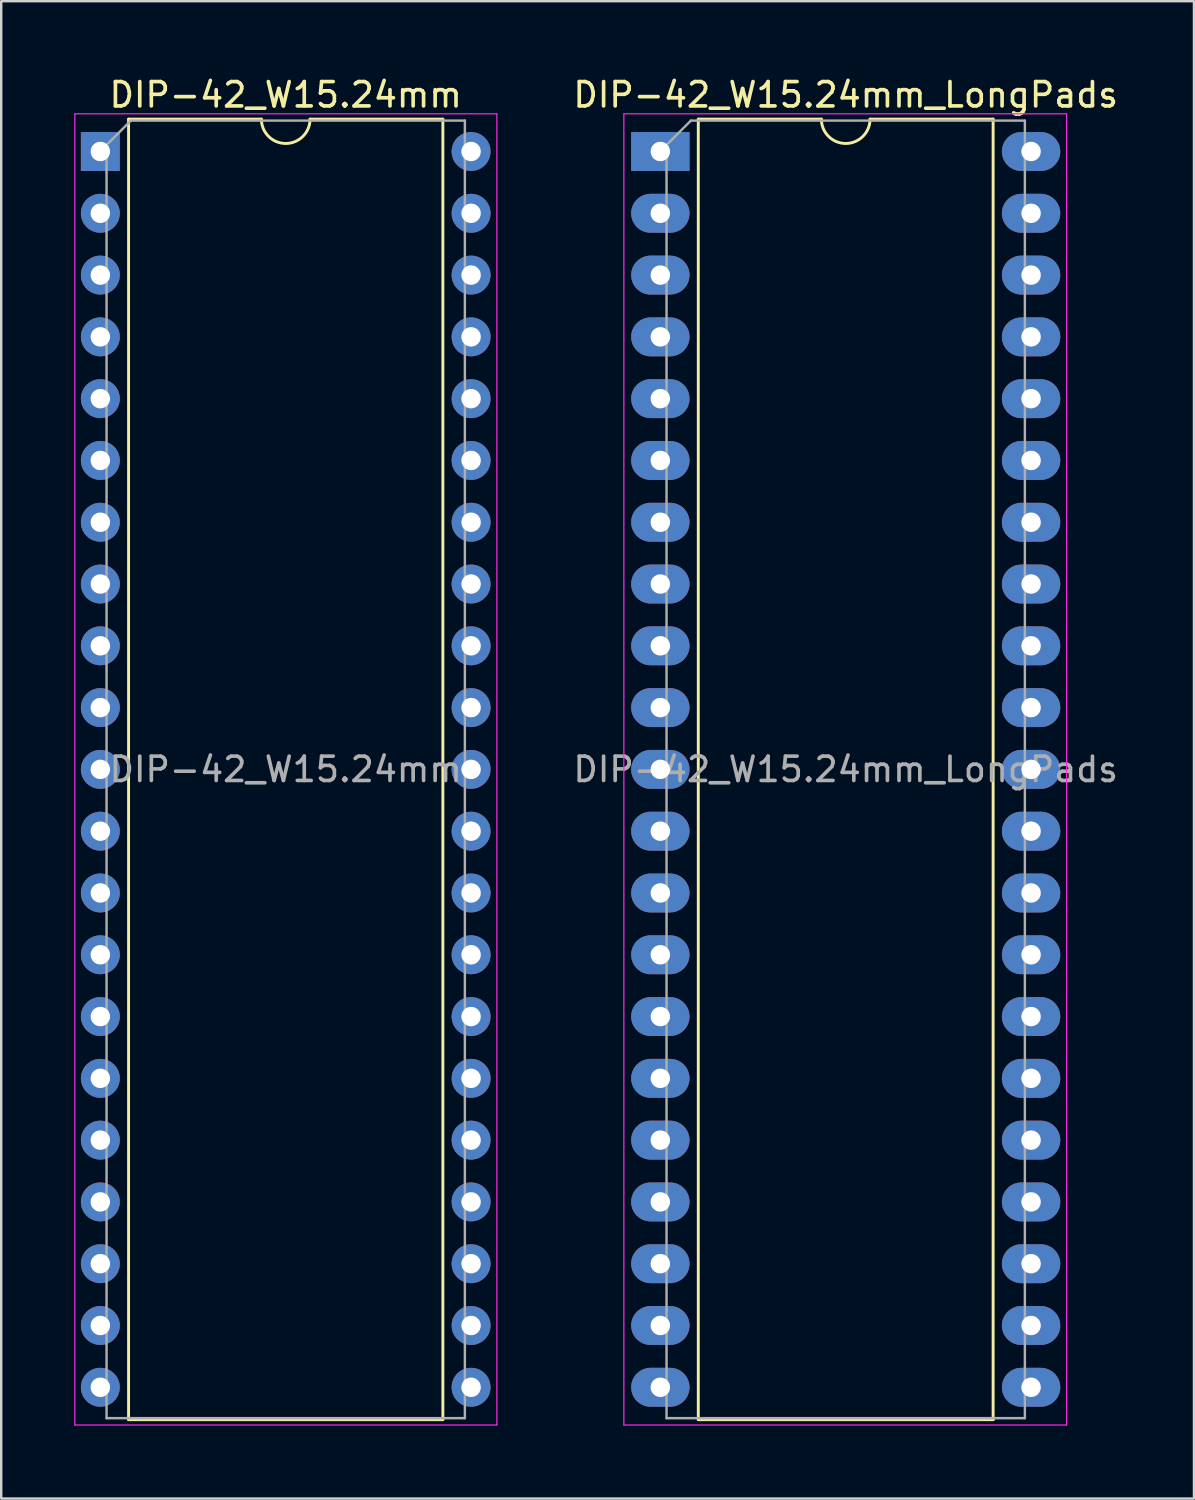
<source format=kicad_pcb>
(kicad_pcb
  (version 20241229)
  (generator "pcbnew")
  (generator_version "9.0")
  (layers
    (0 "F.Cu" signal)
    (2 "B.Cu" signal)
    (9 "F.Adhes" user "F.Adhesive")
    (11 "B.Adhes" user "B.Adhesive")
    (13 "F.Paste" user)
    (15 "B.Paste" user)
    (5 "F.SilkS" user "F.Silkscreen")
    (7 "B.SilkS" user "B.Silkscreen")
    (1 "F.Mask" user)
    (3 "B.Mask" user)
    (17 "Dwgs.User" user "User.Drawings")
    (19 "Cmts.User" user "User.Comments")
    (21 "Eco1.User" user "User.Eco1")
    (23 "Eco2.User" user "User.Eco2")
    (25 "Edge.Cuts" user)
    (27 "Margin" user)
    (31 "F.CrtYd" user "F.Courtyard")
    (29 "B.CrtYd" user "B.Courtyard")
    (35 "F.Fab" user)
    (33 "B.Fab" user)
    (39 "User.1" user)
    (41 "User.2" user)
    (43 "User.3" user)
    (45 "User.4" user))
  (footprint "DIP-42_W15.24mm"
    (layer "F.Cu")
    (at 1.075 3.178)
    (property "Reference" "DIP-42_W15.24mm" (at 7.62 -2.33 0) (layer "F.SilkS") (effects (font (size 1 1) (thickness 0.15))))
    (attr through_hole)
    (fp_line (start 1.16 -1.33) (end 1.16 52.13) (stroke (width 0.12) (type solid)) (layer "F.SilkS"))
    (fp_line (start 1.16 52.13) (end 14.08 52.13) (stroke (width 0.12) (type solid)) (layer "F.SilkS"))
    (fp_line (start 6.62 -1.33) (end 1.16 -1.33) (stroke (width 0.12) (type solid)) (layer "F.SilkS"))
    (fp_line (start 14.08 -1.33) (end 8.62 -1.33) (stroke (width 0.12) (type solid)) (layer "F.SilkS"))
    (fp_line (start 14.08 52.13) (end 14.08 -1.33) (stroke (width 0.12) (type solid)) (layer "F.SilkS"))
    (fp_arc (start 8.62 -1.33) (mid 7.62 -0.33) (end 6.62 -1.33) (stroke (width 0.12) (type solid)) (layer "F.SilkS"))
    (fp_line (start -1.05 -1.55) (end -1.05 52.35) (stroke (width 0.05) (type solid)) (layer "F.CrtYd"))
    (fp_line (start -1.05 52.35) (end 16.3 52.35) (stroke (width 0.05) (type solid)) (layer "F.CrtYd"))
    (fp_line (start 16.3 -1.55) (end -1.05 -1.55) (stroke (width 0.05) (type solid)) (layer "F.CrtYd"))
    (fp_line (start 16.3 52.35) (end 16.3 -1.55) (stroke (width 0.05) (type solid)) (layer "F.CrtYd"))
    (fp_line (start 0.255 -0.27) (end 1.255 -1.27) (stroke (width 0.1) (type solid)) (layer "F.Fab"))
    (fp_line (start 0.255 52.07) (end 0.255 -0.27) (stroke (width 0.1) (type solid)) (layer "F.Fab"))
    (fp_line (start 1.255 -1.27) (end 14.985 -1.27) (stroke (width 0.1) (type solid)) (layer "F.Fab"))
    (fp_line (start 14.985 -1.27) (end 14.985 52.07) (stroke (width 0.1) (type solid)) (layer "F.Fab"))
    (fp_line (start 14.985 52.07) (end 0.255 52.07) (stroke (width 0.1) (type solid)) (layer "F.Fab"))
    (fp_text user "${REFERENCE}" (at 7.62 25.4 0) (layer "F.Fab") (effects (font (size 1 1) (thickness 0.15))))
    (pad "1" thru_hole rect (at 0 0) (size 1.6 1.6) (drill 0.8) (layers "*.Cu" "*.Mask"))
    (pad "2" thru_hole oval (at 0 2.54) (size 1.6 1.6) (drill 0.8) (layers "*.Cu" "*.Mask"))
    (pad "3" thru_hole oval (at 0 5.08) (size 1.6 1.6) (drill 0.8) (layers "*.Cu" "*.Mask"))
    (pad "4" thru_hole oval (at 0 7.62) (size 1.6 1.6) (drill 0.8) (layers "*.Cu" "*.Mask"))
    (pad "5" thru_hole oval (at 0 10.16) (size 1.6 1.6) (drill 0.8) (layers "*.Cu" "*.Mask"))
    (pad "6" thru_hole oval (at 0 12.7) (size 1.6 1.6) (drill 0.8) (layers "*.Cu" "*.Mask"))
    (pad "7" thru_hole oval (at 0 15.24) (size 1.6 1.6) (drill 0.8) (layers "*.Cu" "*.Mask"))
    (pad "8" thru_hole oval (at 0 17.78) (size 1.6 1.6) (drill 0.8) (layers "*.Cu" "*.Mask"))
    (pad "9" thru_hole oval (at 0 20.32) (size 1.6 1.6) (drill 0.8) (layers "*.Cu" "*.Mask"))
    (pad "10" thru_hole oval (at 0 22.86) (size 1.6 1.6) (drill 0.8) (layers "*.Cu" "*.Mask"))
    (pad "11" thru_hole oval (at 0 25.4) (size 1.6 1.6) (drill 0.8) (layers "*.Cu" "*.Mask"))
    (pad "12" thru_hole oval (at 0 27.94) (size 1.6 1.6) (drill 0.8) (layers "*.Cu" "*.Mask"))
    (pad "13" thru_hole oval (at 0 30.48) (size 1.6 1.6) (drill 0.8) (layers "*.Cu" "*.Mask"))
    (pad "14" thru_hole oval (at 0 33.02) (size 1.6 1.6) (drill 0.8) (layers "*.Cu" "*.Mask"))
    (pad "15" thru_hole oval (at 0 35.56) (size 1.6 1.6) (drill 0.8) (layers "*.Cu" "*.Mask"))
    (pad "16" thru_hole oval (at 0 38.1) (size 1.6 1.6) (drill 0.8) (layers "*.Cu" "*.Mask"))
    (pad "17" thru_hole oval (at 0 40.64) (size 1.6 1.6) (drill 0.8) (layers "*.Cu" "*.Mask"))
    (pad "18" thru_hole oval (at 0 43.18) (size 1.6 1.6) (drill 0.8) (layers "*.Cu" "*.Mask"))
    (pad "19" thru_hole oval (at 0 45.72) (size 1.6 1.6) (drill 0.8) (layers "*.Cu" "*.Mask"))
    (pad "20" thru_hole oval (at 0 48.26) (size 1.6 1.6) (drill 0.8) (layers "*.Cu" "*.Mask"))
    (pad "21" thru_hole oval (at 0 50.8) (size 1.6 1.6) (drill 0.8) (layers "*.Cu" "*.Mask"))
    (pad "22" thru_hole oval (at 15.24 50.8) (size 1.6 1.6) (drill 0.8) (layers "*.Cu" "*.Mask"))
    (pad "23" thru_hole oval (at 15.24 48.26) (size 1.6 1.6) (drill 0.8) (layers "*.Cu" "*.Mask"))
    (pad "24" thru_hole oval (at 15.24 45.72) (size 1.6 1.6) (drill 0.8) (layers "*.Cu" "*.Mask"))
    (pad "25" thru_hole oval (at 15.24 43.18) (size 1.6 1.6) (drill 0.8) (layers "*.Cu" "*.Mask"))
    (pad "26" thru_hole oval (at 15.24 40.64) (size 1.6 1.6) (drill 0.8) (layers "*.Cu" "*.Mask"))
    (pad "27" thru_hole oval (at 15.24 38.1) (size 1.6 1.6) (drill 0.8) (layers "*.Cu" "*.Mask"))
    (pad "28" thru_hole oval (at 15.24 35.56) (size 1.6 1.6) (drill 0.8) (layers "*.Cu" "*.Mask"))
    (pad "29" thru_hole oval (at 15.24 33.02) (size 1.6 1.6) (drill 0.8) (layers "*.Cu" "*.Mask"))
    (pad "30" thru_hole oval (at 15.24 30.48) (size 1.6 1.6) (drill 0.8) (layers "*.Cu" "*.Mask"))
    (pad "31" thru_hole oval (at 15.24 27.94) (size 1.6 1.6) (drill 0.8) (layers "*.Cu" "*.Mask"))
    (pad "32" thru_hole oval (at 15.24 25.4) (size 1.6 1.6) (drill 0.8) (layers "*.Cu" "*.Mask"))
    (pad "33" thru_hole oval (at 15.24 22.86) (size 1.6 1.6) (drill 0.8) (layers "*.Cu" "*.Mask"))
    (pad "34" thru_hole oval (at 15.24 20.32) (size 1.6 1.6) (drill 0.8) (layers "*.Cu" "*.Mask"))
    (pad "35" thru_hole oval (at 15.24 17.78) (size 1.6 1.6) (drill 0.8) (layers "*.Cu" "*.Mask"))
    (pad "36" thru_hole oval (at 15.24 15.24) (size 1.6 1.6) (drill 0.8) (layers "*.Cu" "*.Mask"))
    (pad "37" thru_hole oval (at 15.24 12.7) (size 1.6 1.6) (drill 0.8) (layers "*.Cu" "*.Mask"))
    (pad "38" thru_hole oval (at 15.24 10.16) (size 1.6 1.6) (drill 0.8) (layers "*.Cu" "*.Mask"))
    (pad "39" thru_hole oval (at 15.24 7.62) (size 1.6 1.6) (drill 0.8) (layers "*.Cu" "*.Mask"))
    (pad "40" thru_hole oval (at 15.24 5.08) (size 1.6 1.6) (drill 0.8) (layers "*.Cu" "*.Mask"))
    (pad "41" thru_hole oval (at 15.24 2.54) (size 1.6 1.6) (drill 0.8) (layers "*.Cu" "*.Mask"))
    (pad "42" thru_hole oval (at 15.24 0) (size 1.6 1.6) (drill 0.8) (layers "*.Cu" "*.Mask")))
  (footprint "DIP-42_W15.24mm_LongPads"
    (layer "F.Cu")
    (at 24.095 3.178)
    (property "Reference" "DIP-42_W15.24mm_LongPads" (at 7.62 -2.33 0) (layer "F.SilkS") (effects (font (size 1 1) (thickness 0.15))))
    (attr through_hole)
    (fp_line (start 1.56 -1.33) (end 1.56 52.13) (stroke (width 0.12) (type solid)) (layer "F.SilkS"))
    (fp_line (start 1.56 52.13) (end 13.68 52.13) (stroke (width 0.12) (type solid)) (layer "F.SilkS"))
    (fp_line (start 6.62 -1.33) (end 1.56 -1.33) (stroke (width 0.12) (type solid)) (layer "F.SilkS"))
    (fp_line (start 13.68 -1.33) (end 8.62 -1.33) (stroke (width 0.12) (type solid)) (layer "F.SilkS"))
    (fp_line (start 13.68 52.13) (end 13.68 -1.33) (stroke (width 0.12) (type solid)) (layer "F.SilkS"))
    (fp_arc (start 8.62 -1.33) (mid 7.62 -0.33) (end 6.62 -1.33) (stroke (width 0.12) (type solid)) (layer "F.SilkS"))
    (fp_line (start -1.5 -1.55) (end -1.5 52.35) (stroke (width 0.05) (type solid)) (layer "F.CrtYd"))
    (fp_line (start -1.5 52.35) (end 16.7 52.35) (stroke (width 0.05) (type solid)) (layer "F.CrtYd"))
    (fp_line (start 16.7 -1.55) (end -1.5 -1.55) (stroke (width 0.05) (type solid)) (layer "F.CrtYd"))
    (fp_line (start 16.7 52.35) (end 16.7 -1.55) (stroke (width 0.05) (type solid)) (layer "F.CrtYd"))
    (fp_line (start 0.255 -0.27) (end 1.255 -1.27) (stroke (width 0.1) (type solid)) (layer "F.Fab"))
    (fp_line (start 0.255 52.07) (end 0.255 -0.27) (stroke (width 0.1) (type solid)) (layer "F.Fab"))
    (fp_line (start 1.255 -1.27) (end 14.985 -1.27) (stroke (width 0.1) (type solid)) (layer "F.Fab"))
    (fp_line (start 14.985 -1.27) (end 14.985 52.07) (stroke (width 0.1) (type solid)) (layer "F.Fab"))
    (fp_line (start 14.985 52.07) (end 0.255 52.07) (stroke (width 0.1) (type solid)) (layer "F.Fab"))
    (fp_text user "${REFERENCE}" (at 7.62 25.4 0) (layer "F.Fab") (effects (font (size 1 1) (thickness 0.15))))
    (pad "1" thru_hole rect (at 0 0) (size 2.4 1.6) (drill 0.8) (layers "*.Cu" "*.Mask"))
    (pad "2" thru_hole oval (at 0 2.54) (size 2.4 1.6) (drill 0.8) (layers "*.Cu" "*.Mask"))
    (pad "3" thru_hole oval (at 0 5.08) (size 2.4 1.6) (drill 0.8) (layers "*.Cu" "*.Mask"))
    (pad "4" thru_hole oval (at 0 7.62) (size 2.4 1.6) (drill 0.8) (layers "*.Cu" "*.Mask"))
    (pad "5" thru_hole oval (at 0 10.16) (size 2.4 1.6) (drill 0.8) (layers "*.Cu" "*.Mask"))
    (pad "6" thru_hole oval (at 0 12.7) (size 2.4 1.6) (drill 0.8) (layers "*.Cu" "*.Mask"))
    (pad "7" thru_hole oval (at 0 15.24) (size 2.4 1.6) (drill 0.8) (layers "*.Cu" "*.Mask"))
    (pad "8" thru_hole oval (at 0 17.78) (size 2.4 1.6) (drill 0.8) (layers "*.Cu" "*.Mask"))
    (pad "9" thru_hole oval (at 0 20.32) (size 2.4 1.6) (drill 0.8) (layers "*.Cu" "*.Mask"))
    (pad "10" thru_hole oval (at 0 22.86) (size 2.4 1.6) (drill 0.8) (layers "*.Cu" "*.Mask"))
    (pad "11" thru_hole oval (at 0 25.4) (size 2.4 1.6) (drill 0.8) (layers "*.Cu" "*.Mask"))
    (pad "12" thru_hole oval (at 0 27.94) (size 2.4 1.6) (drill 0.8) (layers "*.Cu" "*.Mask"))
    (pad "13" thru_hole oval (at 0 30.48) (size 2.4 1.6) (drill 0.8) (layers "*.Cu" "*.Mask"))
    (pad "14" thru_hole oval (at 0 33.02) (size 2.4 1.6) (drill 0.8) (layers "*.Cu" "*.Mask"))
    (pad "15" thru_hole oval (at 0 35.56) (size 2.4 1.6) (drill 0.8) (layers "*.Cu" "*.Mask"))
    (pad "16" thru_hole oval (at 0 38.1) (size 2.4 1.6) (drill 0.8) (layers "*.Cu" "*.Mask"))
    (pad "17" thru_hole oval (at 0 40.64) (size 2.4 1.6) (drill 0.8) (layers "*.Cu" "*.Mask"))
    (pad "18" thru_hole oval (at 0 43.18) (size 2.4 1.6) (drill 0.8) (layers "*.Cu" "*.Mask"))
    (pad "19" thru_hole oval (at 0 45.72) (size 2.4 1.6) (drill 0.8) (layers "*.Cu" "*.Mask"))
    (pad "20" thru_hole oval (at 0 48.26) (size 2.4 1.6) (drill 0.8) (layers "*.Cu" "*.Mask"))
    (pad "21" thru_hole oval (at 0 50.8) (size 2.4 1.6) (drill 0.8) (layers "*.Cu" "*.Mask"))
    (pad "22" thru_hole oval (at 15.24 50.8) (size 2.4 1.6) (drill 0.8) (layers "*.Cu" "*.Mask"))
    (pad "23" thru_hole oval (at 15.24 48.26) (size 2.4 1.6) (drill 0.8) (layers "*.Cu" "*.Mask"))
    (pad "24" thru_hole oval (at 15.24 45.72) (size 2.4 1.6) (drill 0.8) (layers "*.Cu" "*.Mask"))
    (pad "25" thru_hole oval (at 15.24 43.18) (size 2.4 1.6) (drill 0.8) (layers "*.Cu" "*.Mask"))
    (pad "26" thru_hole oval (at 15.24 40.64) (size 2.4 1.6) (drill 0.8) (layers "*.Cu" "*.Mask"))
    (pad "27" thru_hole oval (at 15.24 38.1) (size 2.4 1.6) (drill 0.8) (layers "*.Cu" "*.Mask"))
    (pad "28" thru_hole oval (at 15.24 35.56) (size 2.4 1.6) (drill 0.8) (layers "*.Cu" "*.Mask"))
    (pad "29" thru_hole oval (at 15.24 33.02) (size 2.4 1.6) (drill 0.8) (layers "*.Cu" "*.Mask"))
    (pad "30" thru_hole oval (at 15.24 30.48) (size 2.4 1.6) (drill 0.8) (layers "*.Cu" "*.Mask"))
    (pad "31" thru_hole oval (at 15.24 27.94) (size 2.4 1.6) (drill 0.8) (layers "*.Cu" "*.Mask"))
    (pad "32" thru_hole oval (at 15.24 25.4) (size 2.4 1.6) (drill 0.8) (layers "*.Cu" "*.Mask"))
    (pad "33" thru_hole oval (at 15.24 22.86) (size 2.4 1.6) (drill 0.8) (layers "*.Cu" "*.Mask"))
    (pad "34" thru_hole oval (at 15.24 20.32) (size 2.4 1.6) (drill 0.8) (layers "*.Cu" "*.Mask"))
    (pad "35" thru_hole oval (at 15.24 17.78) (size 2.4 1.6) (drill 0.8) (layers "*.Cu" "*.Mask"))
    (pad "36" thru_hole oval (at 15.24 15.24) (size 2.4 1.6) (drill 0.8) (layers "*.Cu" "*.Mask"))
    (pad "37" thru_hole oval (at 15.24 12.7) (size 2.4 1.6) (drill 0.8) (layers "*.Cu" "*.Mask"))
    (pad "38" thru_hole oval (at 15.24 10.16) (size 2.4 1.6) (drill 0.8) (layers "*.Cu" "*.Mask"))
    (pad "39" thru_hole oval (at 15.24 7.62) (size 2.4 1.6) (drill 0.8) (layers "*.Cu" "*.Mask"))
    (pad "40" thru_hole oval (at 15.24 5.08) (size 2.4 1.6) (drill 0.8) (layers "*.Cu" "*.Mask"))
    (pad "41" thru_hole oval (at 15.24 2.54) (size 2.4 1.6) (drill 0.8) (layers "*.Cu" "*.Mask"))
    (pad "42" thru_hole oval (at 15.24 0) (size 2.4 1.6) (drill 0.8) (layers "*.Cu" "*.Mask")))
  (gr_rect
    (start -3 -3)
    (end 46.031 58.553)
    (stroke (width 0.1) (type default))
    (fill no)
    (layer "Edge.Cuts")))
</source>
